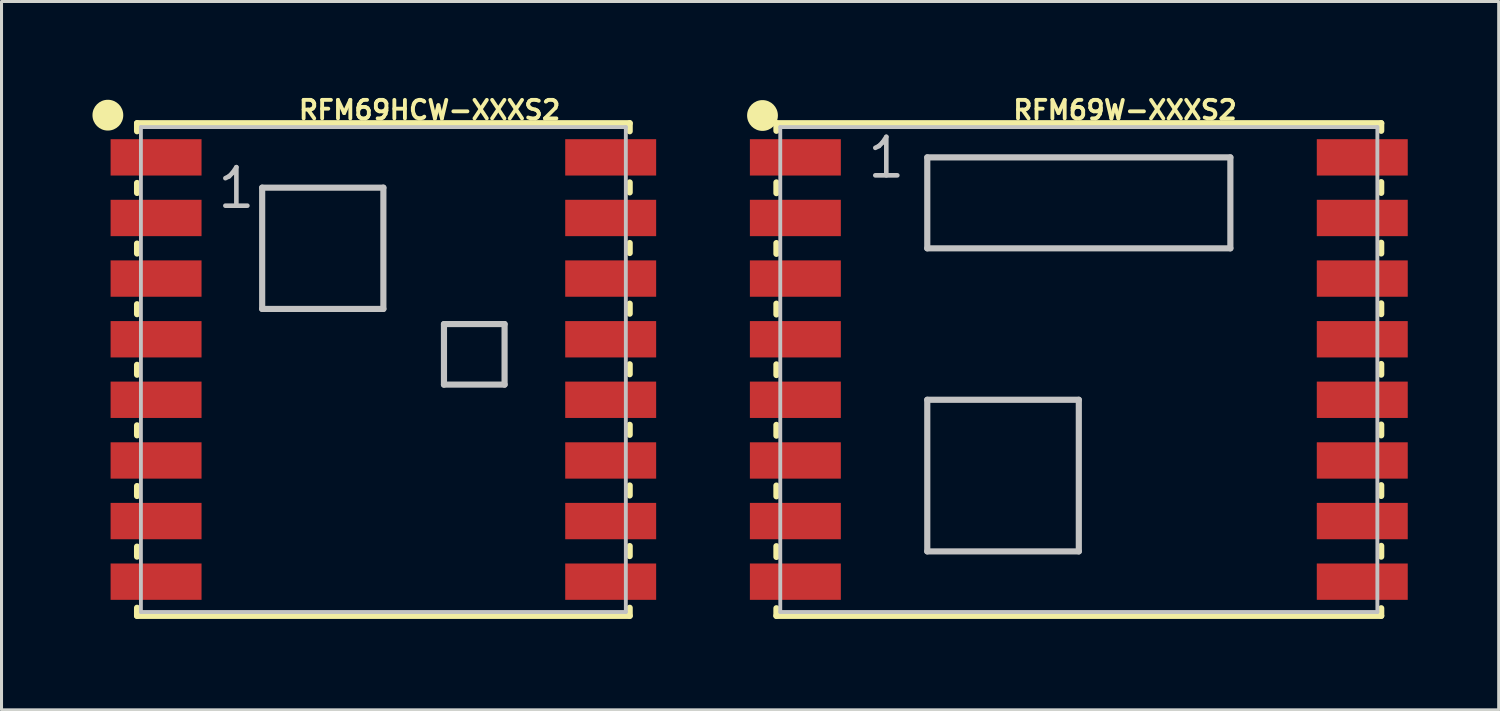
<source format=kicad_pcb>
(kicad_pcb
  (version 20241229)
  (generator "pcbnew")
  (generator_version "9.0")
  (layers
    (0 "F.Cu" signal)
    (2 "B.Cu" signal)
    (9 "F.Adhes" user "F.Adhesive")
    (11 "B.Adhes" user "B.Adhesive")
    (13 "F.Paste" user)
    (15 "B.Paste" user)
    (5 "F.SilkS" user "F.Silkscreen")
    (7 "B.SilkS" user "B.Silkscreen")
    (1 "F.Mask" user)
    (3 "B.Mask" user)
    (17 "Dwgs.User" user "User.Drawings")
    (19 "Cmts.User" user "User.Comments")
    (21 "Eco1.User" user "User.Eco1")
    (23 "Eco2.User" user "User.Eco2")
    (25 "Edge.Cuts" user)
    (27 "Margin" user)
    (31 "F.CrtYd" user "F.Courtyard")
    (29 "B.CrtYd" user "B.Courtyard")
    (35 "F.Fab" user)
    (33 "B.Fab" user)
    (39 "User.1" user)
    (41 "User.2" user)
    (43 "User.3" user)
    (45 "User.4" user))
  (footprint "RFM69HCW-XXXS2"
    (layer "F.Cu")
    (at 9.596 9.139)
    (property "Reference" "RFM69HCW-XXXS2" (at 1.524 -8.56 0) (layer "F.SilkS") (effects (font (size 0.61 0.61) (thickness 0.127))))
    (attr smd)
    (fp_line (start -8.125 -8.125) (end 8.125 -8.125) (stroke (width 0.203) (type solid)) (layer "F.SilkS"))
    (fp_line (start -8.125 -7.859) (end -8.125 -8.125) (stroke (width 0.203) (type solid)) (layer "F.SilkS"))
    (fp_line (start -8.125 -5.824) (end -8.125 -6.154) (stroke (width 0.203) (type solid)) (layer "F.SilkS"))
    (fp_line (start -8.125 -3.825) (end -8.125 -4.155) (stroke (width 0.203) (type solid)) (layer "F.SilkS"))
    (fp_line (start -8.125 -1.824) (end -8.125 -2.154) (stroke (width 0.203) (type solid)) (layer "F.SilkS"))
    (fp_line (start -8.125 0.173) (end -8.125 -0.155) (stroke (width 0.203) (type solid)) (layer "F.SilkS"))
    (fp_line (start -8.125 2.172) (end -8.125 1.841) (stroke (width 0.203) (type solid)) (layer "F.SilkS"))
    (fp_line (start -8.125 4.173) (end -8.125 3.843) (stroke (width 0.203) (type solid)) (layer "F.SilkS"))
    (fp_line (start -8.125 6.172) (end -8.125 5.842) (stroke (width 0.203) (type solid)) (layer "F.SilkS"))
    (fp_line (start -8.125 8.125) (end -8.125 7.859) (stroke (width 0.203) (type solid)) (layer "F.SilkS"))
    (fp_line (start 8.125 -8.125) (end 8.125 -7.859) (stroke (width 0.203) (type solid)) (layer "F.SilkS"))
    (fp_line (start 8.125 -6.172) (end 8.125 -5.842) (stroke (width 0.203) (type solid)) (layer "F.SilkS"))
    (fp_line (start 8.125 -4.173) (end 8.125 -3.843) (stroke (width 0.203) (type solid)) (layer "F.SilkS"))
    (fp_line (start 8.125 -2.172) (end 8.125 -1.841) (stroke (width 0.203) (type solid)) (layer "F.SilkS"))
    (fp_line (start 8.125 -0.173) (end 8.125 0.155) (stroke (width 0.203) (type solid)) (layer "F.SilkS"))
    (fp_line (start 8.125 1.824) (end 8.125 2.154) (stroke (width 0.203) (type solid)) (layer "F.SilkS"))
    (fp_line (start 8.125 3.825) (end 8.125 4.155) (stroke (width 0.203) (type solid)) (layer "F.SilkS"))
    (fp_line (start 8.125 5.824) (end 8.125 6.154) (stroke (width 0.203) (type solid)) (layer "F.SilkS"))
    (fp_line (start 8.125 7.859) (end 8.125 8.125) (stroke (width 0.203) (type solid)) (layer "F.SilkS"))
    (fp_line (start 8.125 8.125) (end -8.125 8.125) (stroke (width 0.203) (type solid)) (layer "F.SilkS"))
    (fp_circle (center -9.088 -8.39) (end -9.088 -8.898) (stroke (width 0) (type solid)) (fill yes) (layer "F.SilkS"))
    (fp_line (start -7.998 -7.998) (end -7.998 7.998) (stroke (width 0.127) (type solid)) (layer "Dwgs.User"))
    (fp_line (start -7.998 7.998) (end 7.998 7.998) (stroke (width 0.127) (type solid)) (layer "Dwgs.User"))
    (fp_line (start -3.998 -5.999) (end -3.998 -1.999) (stroke (width 0.203) (type solid)) (layer "Dwgs.User"))
    (fp_line (start -3.998 -1.999) (end 0 -1.999) (stroke (width 0.203) (type solid)) (layer "Dwgs.User"))
    (fp_line (start 0 -5.999) (end -3.998 -5.999) (stroke (width 0.203) (type solid)) (layer "Dwgs.User"))
    (fp_line (start 0 -1.999) (end 0 -5.999) (stroke (width 0.203) (type solid)) (layer "Dwgs.User"))
    (fp_line (start 1.999 0.498) (end 1.999 -1.499) (stroke (width 0.203) (type solid)) (layer "Dwgs.User"))
    (fp_line (start 3.998 -1.499) (end 1.999 -1.499) (stroke (width 0.203) (type solid)) (layer "Dwgs.User"))
    (fp_line (start 3.998 0.498) (end 1.999 0.498) (stroke (width 0.203) (type solid)) (layer "Dwgs.User"))
    (fp_line (start 3.998 0.498) (end 3.998 -1.499) (stroke (width 0.203) (type solid)) (layer "Dwgs.User"))
    (fp_line (start 7.998 -7.998) (end -7.998 -7.998) (stroke (width 0.127) (type solid)) (layer "Dwgs.User"))
    (fp_line (start 7.998 7.998) (end 7.998 -7.998) (stroke (width 0.127) (type solid)) (layer "Dwgs.User"))
    (fp_text user "1" (at -4.849 -5.984 0) (layer "Dwgs.User") (effects (font (size 1.27 1.27) (thickness 0.152))))
    (pad "1" smd rect (at -7.498 -6.998) (size 3 1.199) (layers "F.Cu" "F.Mask" "F.Paste"))
    (pad "2" smd rect (at -7.498 -4.999) (size 3 1.199) (layers "F.Cu" "F.Mask" "F.Paste"))
    (pad "3" smd rect (at -7.498 -3) (size 3 1.199) (layers "F.Cu" "F.Mask" "F.Paste"))
    (pad "4" smd rect (at -7.498 -0.998) (size 3 1.199) (layers "F.Cu" "F.Mask" "F.Paste"))
    (pad "5" smd rect (at -7.498 0.998) (size 3 1.199) (layers "F.Cu" "F.Mask" "F.Paste"))
    (pad "6" smd rect (at -7.498 3) (size 3 1.199) (layers "F.Cu" "F.Mask" "F.Paste"))
    (pad "7" smd rect (at -7.498 4.999) (size 3 1.199) (layers "F.Cu" "F.Mask" "F.Paste"))
    (pad "8" smd rect (at -7.498 6.998) (size 3 1.199) (layers "F.Cu" "F.Mask" "F.Paste"))
    (pad "9" smd rect (at 7.498 6.998) (size 3 1.199) (layers "F.Cu" "F.Mask" "F.Paste"))
    (pad "10" smd rect (at 7.498 4.999) (size 3 1.199) (layers "F.Cu" "F.Mask" "F.Paste"))
    (pad "11" smd rect (at 7.498 3) (size 3 1.199) (layers "F.Cu" "F.Mask" "F.Paste"))
    (pad "12" smd rect (at 7.498 0.998) (size 3 1.199) (layers "F.Cu" "F.Mask" "F.Paste"))
    (pad "13" smd rect (at 7.498 -0.998) (size 3 1.199) (layers "F.Cu" "F.Mask" "F.Paste"))
    (pad "14" smd rect (at 7.498 -3) (size 3 1.199) (layers "F.Cu" "F.Mask" "F.Paste"))
    (pad "15" smd rect (at 7.498 -4.999) (size 3 1.199) (layers "F.Cu" "F.Mask" "F.Paste"))
    (pad "16" smd rect (at 7.498 -6.998) (size 3 1.199) (layers "F.Cu" "F.Mask" "F.Paste")))
  (footprint "RFM69W-XXXS2"
    (layer "F.Cu")
    (at 32.536 9.139)
    (property "Reference" "RFM69W-XXXS2" (at 1.524 -8.56 0) (layer "F.SilkS") (effects (font (size 0.61 0.61) (thickness 0.127))))
    (attr smd)
    (fp_line (start -9.975 -8.125) (end 9.975 -8.125) (stroke (width 0.203) (type solid)) (layer "F.SilkS"))
    (fp_line (start -9.975 -7.874) (end -9.975 -8.125) (stroke (width 0.203) (type solid)) (layer "F.SilkS"))
    (fp_line (start -9.975 -5.817) (end -9.975 -6.172) (stroke (width 0.203) (type solid)) (layer "F.SilkS"))
    (fp_line (start -9.975 -3.815) (end -9.975 -4.171) (stroke (width 0.203) (type solid)) (layer "F.SilkS"))
    (fp_line (start -9.975 -1.816) (end -9.975 -2.172) (stroke (width 0.203) (type solid)) (layer "F.SilkS"))
    (fp_line (start -9.975 0.183) (end -9.975 -0.17) (stroke (width 0.203) (type solid)) (layer "F.SilkS"))
    (fp_line (start -9.975 2.182) (end -9.975 1.826) (stroke (width 0.203) (type solid)) (layer "F.SilkS"))
    (fp_line (start -9.975 4.183) (end -9.975 3.828) (stroke (width 0.203) (type solid)) (layer "F.SilkS"))
    (fp_line (start -9.975 6.182) (end -9.975 5.827) (stroke (width 0.203) (type solid)) (layer "F.SilkS"))
    (fp_line (start -9.975 8.125) (end -9.975 7.874) (stroke (width 0.203) (type solid)) (layer "F.SilkS"))
    (fp_line (start 9.975 -8.125) (end 9.975 -7.874) (stroke (width 0.203) (type solid)) (layer "F.SilkS"))
    (fp_line (start 9.975 -6.182) (end 9.975 -5.827) (stroke (width 0.203) (type solid)) (layer "F.SilkS"))
    (fp_line (start 9.975 -4.183) (end 9.975 -3.828) (stroke (width 0.203) (type solid)) (layer "F.SilkS"))
    (fp_line (start 9.975 -2.182) (end 9.975 -1.826) (stroke (width 0.203) (type solid)) (layer "F.SilkS"))
    (fp_line (start 9.975 -0.183) (end 9.975 0.17) (stroke (width 0.203) (type solid)) (layer "F.SilkS"))
    (fp_line (start 9.975 1.816) (end 9.975 2.172) (stroke (width 0.203) (type solid)) (layer "F.SilkS"))
    (fp_line (start 9.975 3.815) (end 9.975 4.171) (stroke (width 0.203) (type solid)) (layer "F.SilkS"))
    (fp_line (start 9.975 5.817) (end 9.975 6.172) (stroke (width 0.203) (type solid)) (layer "F.SilkS"))
    (fp_line (start 9.975 7.874) (end 9.975 8.125) (stroke (width 0.203) (type solid)) (layer "F.SilkS"))
    (fp_line (start 9.975 8.125) (end -9.975 8.125) (stroke (width 0.203) (type solid)) (layer "F.SilkS"))
    (fp_circle (center -10.434 -8.379) (end -10.434 -8.887) (stroke (width 0) (type solid)) (fill yes) (layer "F.SilkS"))
    (fp_line (start -9.848 -7.998) (end 9.848 -7.998) (stroke (width 0.127) (type solid)) (layer "Dwgs.User"))
    (fp_line (start -9.848 7.998) (end -9.848 -7.998) (stroke (width 0.127) (type solid)) (layer "Dwgs.User"))
    (fp_line (start -4.999 -6.998) (end -4.999 -3.998) (stroke (width 0.203) (type solid)) (layer "Dwgs.User"))
    (fp_line (start -4.999 -3.998) (end 4.999 -3.998) (stroke (width 0.203) (type solid)) (layer "Dwgs.User"))
    (fp_line (start -4.999 0.998) (end -4.999 5.999) (stroke (width 0.203) (type solid)) (layer "Dwgs.User"))
    (fp_line (start -4.999 5.999) (end 0 5.999) (stroke (width 0.203) (type solid)) (layer "Dwgs.User"))
    (fp_line (start 0 0.998) (end -4.999 0.998) (stroke (width 0.203) (type solid)) (layer "Dwgs.User"))
    (fp_line (start 0 5.999) (end 0 0.998) (stroke (width 0.203) (type solid)) (layer "Dwgs.User"))
    (fp_line (start 4.999 -6.998) (end -4.999 -6.998) (stroke (width 0.203) (type solid)) (layer "Dwgs.User"))
    (fp_line (start 4.999 -3.998) (end 4.999 -6.998) (stroke (width 0.203) (type solid)) (layer "Dwgs.User"))
    (fp_line (start 9.848 -7.998) (end 9.848 7.998) (stroke (width 0.127) (type solid)) (layer "Dwgs.User"))
    (fp_line (start 9.848 7.998) (end -9.848 7.998) (stroke (width 0.127) (type solid)) (layer "Dwgs.User"))
    (fp_text user "1" (at -6.35 -6.985 0) (layer "Dwgs.User") (effects (font (size 1.27 1.27) (thickness 0.152))))
    (pad "1" smd rect (at -9.35 -6.998) (size 3 1.199) (layers "F.Cu" "F.Mask" "F.Paste"))
    (pad "2" smd rect (at -9.35 -4.999) (size 3 1.199) (layers "F.Cu" "F.Mask" "F.Paste"))
    (pad "3" smd rect (at -9.35 -3) (size 3 1.199) (layers "F.Cu" "F.Mask" "F.Paste"))
    (pad "4" smd rect (at -9.35 -0.998) (size 3 1.199) (layers "F.Cu" "F.Mask" "F.Paste"))
    (pad "5" smd rect (at -9.35 0.998) (size 3 1.199) (layers "F.Cu" "F.Mask" "F.Paste"))
    (pad "6" smd rect (at -9.35 3) (size 3 1.199) (layers "F.Cu" "F.Mask" "F.Paste"))
    (pad "7" smd rect (at -9.35 4.999) (size 3 1.199) (layers "F.Cu" "F.Mask" "F.Paste"))
    (pad "8" smd rect (at -9.35 6.998) (size 3 1.199) (layers "F.Cu" "F.Mask" "F.Paste"))
    (pad "9" smd rect (at 9.35 6.998) (size 3 1.199) (layers "F.Cu" "F.Mask" "F.Paste"))
    (pad "10" smd rect (at 9.35 4.999) (size 3 1.199) (layers "F.Cu" "F.Mask" "F.Paste"))
    (pad "11" smd rect (at 9.35 3) (size 3 1.199) (layers "F.Cu" "F.Mask" "F.Paste"))
    (pad "12" smd rect (at 9.35 0.998) (size 3 1.199) (layers "F.Cu" "F.Mask" "F.Paste"))
    (pad "13" smd rect (at 9.35 -0.998) (size 3 1.199) (layers "F.Cu" "F.Mask" "F.Paste"))
    (pad "14" smd rect (at 9.35 -3) (size 3 1.199) (layers "F.Cu" "F.Mask" "F.Paste"))
    (pad "15" smd rect (at 9.35 -4.999) (size 3 1.199) (layers "F.Cu" "F.Mask" "F.Paste"))
    (pad "16" smd rect (at 9.35 -6.998) (size 3 1.199) (layers "F.Cu" "F.Mask" "F.Paste")))
  (gr_rect
    (start -3 -3)
    (end 46.386 20.366)
    (stroke (width 0.1) (type default))
    (fill no)
    (layer "Edge.Cuts")))
</source>
